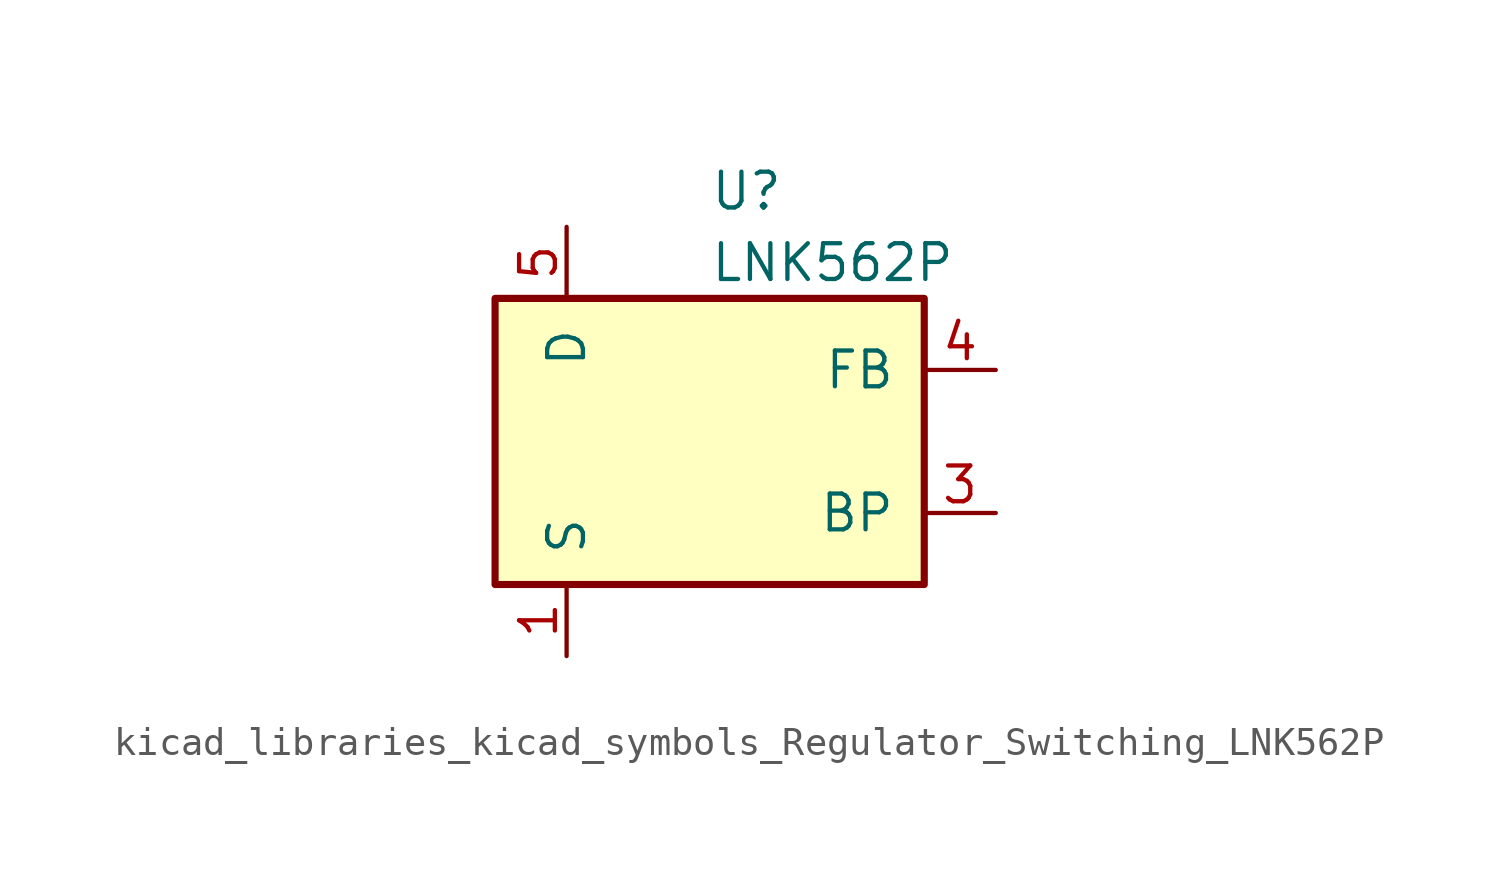
<source format=kicad_sym>
(kicad_symbol_lib
  (version 20220914)
  (generator kicad_symbol_editor)
  (symbol "kicad_libraries_kicad_symbols_Regulator_Switching_LNK562P"
    (pin_names
      (offset 1.016))
    (property "Reference" "U"
      (at 0 8.89 0)
      (effects (font (size 1.27 1.27)) (justify left)))
    (property "Value" "LNK562P"
      (at 0 6.35 0)
      (effects (font (size 1.27 1.27)) (justify left)))
    (symbol "kicad_libraries_kicad_symbols_Regulator_Switching_LNK562P_0_1"
      (rectangle (start -7.62 5.08) (end 7.62 -5.08) (stroke (width 0.254) (type default)) (fill (type background))))
    (symbol "kicad_libraries_kicad_symbols_Regulator_Switching_LNK562P_1_1"
      (pin power_in line (at -5.08 -7.62 90) (length 2.54) (name "S" (effects (font (size 1.27 1.27)))) (number "1" (effects (font (size 1.27 1.27)))))
      (pin passive line (at -5.08 -7.62 90) (length 2.54) hide (name "S" (effects (font (size 1.27 1.27)))) (number "2" (effects (font (size 1.27 1.27)))))
      (pin input line (at 10.16 -2.54 180) (length 2.54) (name "BP" (effects (font (size 1.27 1.27)))) (number "3" (effects (font (size 1.27 1.27)))))
      (pin input line (at 10.16 2.54 180) (length 2.54) (name "FB" (effects (font (size 1.27 1.27)))) (number "4" (effects (font (size 1.27 1.27)))))
      (pin open_collector line (at -5.08 7.62 270) (length 2.54) (name "D" (effects (font (size 1.27 1.27)))) (number "5" (effects (font (size 1.27 1.27)))))
      (pin passive line (at -5.08 -7.62 90) (length 2.54) hide (name "S" (effects (font (size 1.27 1.27)))) (number "7" (effects (font (size 1.27 1.27)))))
      (pin passive line (at -5.08 -7.62 90) (length 2.54) hide (name "S" (effects (font (size 1.27 1.27)))) (number "8" (effects (font (size 1.27 1.27))))))))
</source>
